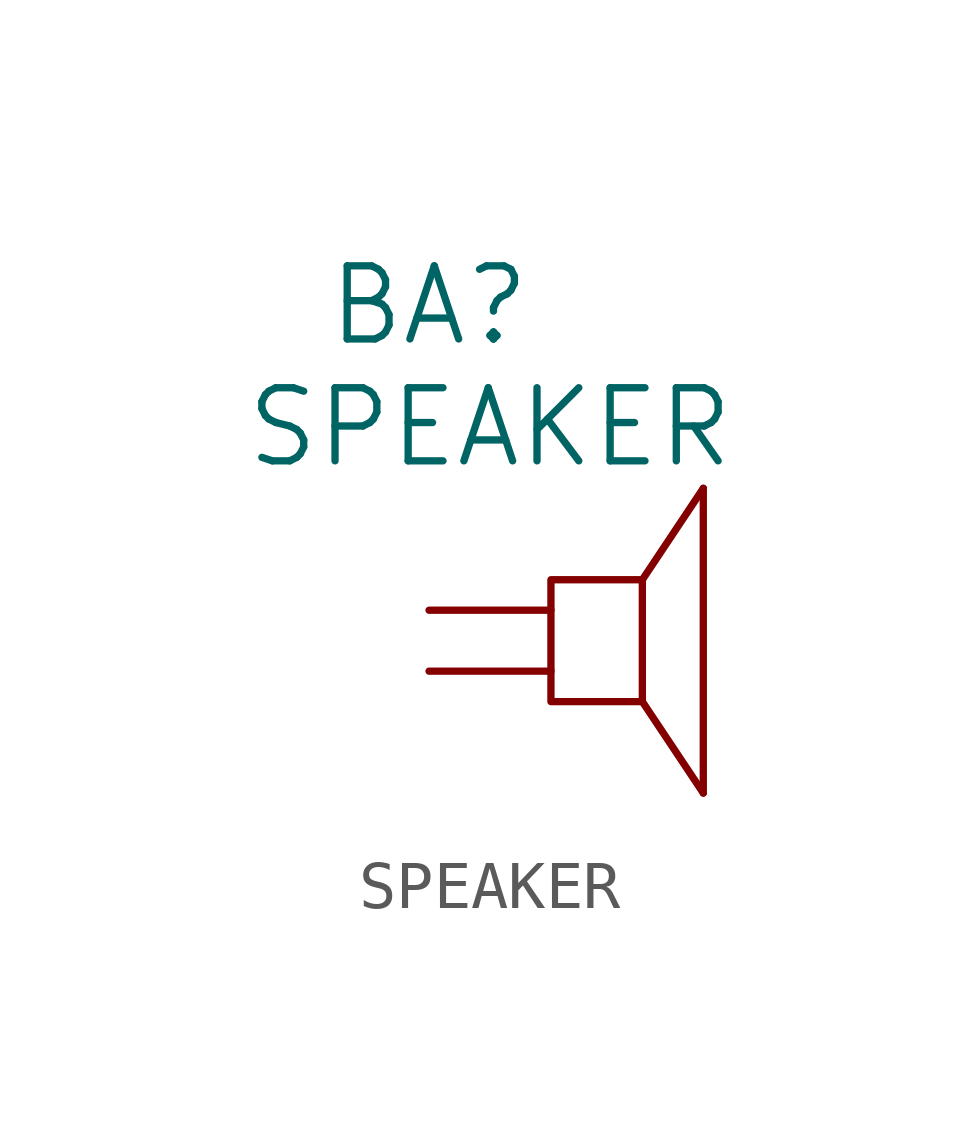
<source format=kicad_sym>
(kicad_symbol_lib
  (version 20211014)
  (generator kicad_symbol_editor)
  (symbol "SPEAKER"
    (pin_numbers hide)
    (pin_names
      (offset 1.016))
    (property "Reference" "BA"
      (at 0 6.35 0)
      (effects (font (size 1.524 1.524))))
    (property "Value" "SPEAKER"
      (at 1.27 3.81 0)
      (effects (font (size 1.524 1.524))))
    (property "Footprint" ""
      (at 0 0 0)
      (effects (font (size 1.524 1.524))))
    (property "Datasheet" ""
      (at 0 0 0)
      (effects (font (size 1.524 1.524))))
    (symbol "SPEAKER_0_1"
      (polyline (pts (xy 4.445 -1.905) (xy 5.715 -3.81)) (stroke (width 0) (type default) (color 0 0 0 0)) (fill (type none)))
      (polyline (pts (xy 4.445 0.635) (xy 5.715 2.54)) (stroke (width 0) (type default) (color 0 0 0 0)) (fill (type none)))
      (polyline (pts (xy 5.715 2.54) (xy 5.715 -3.81) (xy 5.715 -3.81)) (stroke (width 0) (type default) (color 0 0 0 0)) (fill (type none)))
      (rectangle (start 2.54 0.635) (end 4.445 -1.905) (stroke (width 0) (type default) (color 0 0 0 0)) (fill (type none))))
    (symbol "SPEAKER_1_1"
      (pin passive line (at 0 0 0) (length 2.54) (name "~" (effects (font (size 1.016 1.016)))) (number "1" (effects (font (size 1.016 1.016)))))
      (pin passive line (at 0 -1.27 0) (length 2.54) (name "~" (effects (font (size 1.016 1.016)))) (number "2" (effects (font (size 1.016 1.016))))))))
</source>
